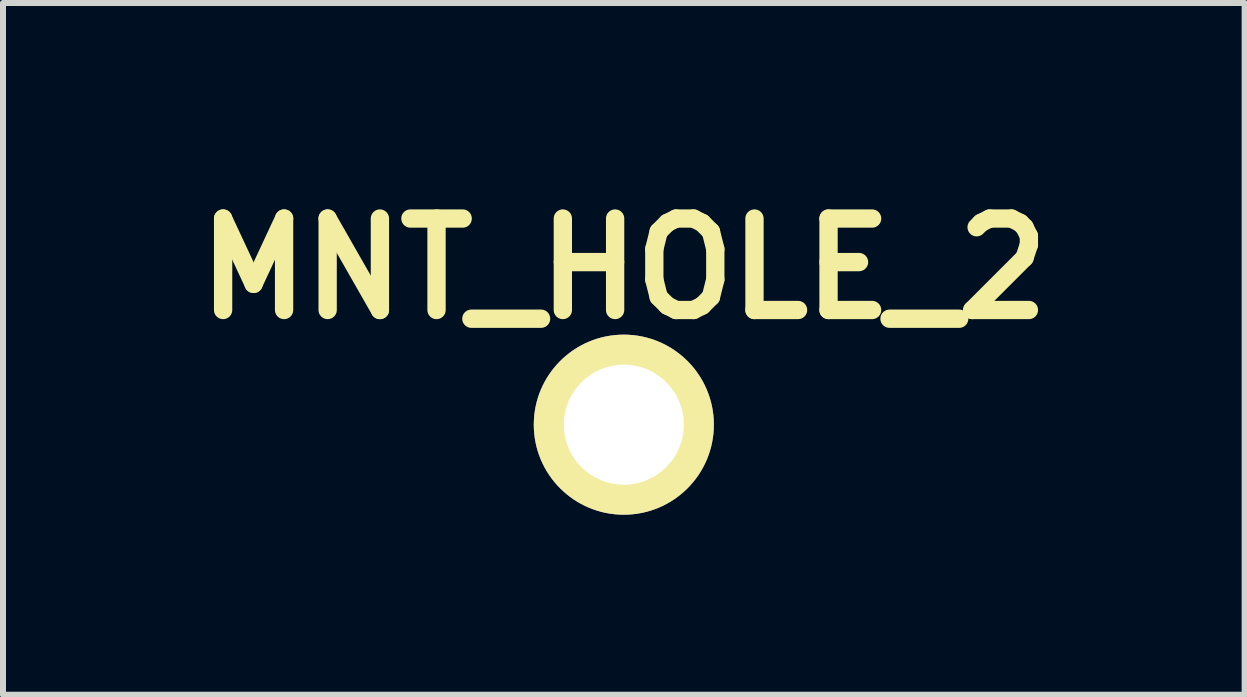
<source format=kicad_pcb>
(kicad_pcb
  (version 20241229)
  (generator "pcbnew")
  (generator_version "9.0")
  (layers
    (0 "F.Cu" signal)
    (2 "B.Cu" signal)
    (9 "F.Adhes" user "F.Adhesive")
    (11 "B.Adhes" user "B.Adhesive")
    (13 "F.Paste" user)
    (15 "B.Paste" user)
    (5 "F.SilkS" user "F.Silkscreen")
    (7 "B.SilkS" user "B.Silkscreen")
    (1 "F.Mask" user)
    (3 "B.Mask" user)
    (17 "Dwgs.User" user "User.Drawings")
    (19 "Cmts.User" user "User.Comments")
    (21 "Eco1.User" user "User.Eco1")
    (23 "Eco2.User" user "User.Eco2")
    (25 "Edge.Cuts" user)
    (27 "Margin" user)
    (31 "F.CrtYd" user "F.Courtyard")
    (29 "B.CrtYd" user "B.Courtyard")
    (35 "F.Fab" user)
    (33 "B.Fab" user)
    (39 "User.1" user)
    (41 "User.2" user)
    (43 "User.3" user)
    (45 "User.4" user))
  (footprint "MNT_HOLE_2"
    (layer "F.Cu")
    (at 7.344 4.026)
    (property "Reference" "MNT_HOLE_2" (at 0 -2.6 0) (layer "F.SilkS") (effects (font (size 1.524 1.524) (thickness 0.305))))
    (attr through_hole)
    (pad "" thru_hole circle (at 0 0) (size 3 3) (drill 2) (layers "*.Cu" "*.Mask" "F.SilkS")))
  (gr_rect
    (start -3 -3)
    (end 17.688 8.526)
    (stroke (width 0.1) (type default))
    (fill no)
    (layer "Edge.Cuts")))
</source>
